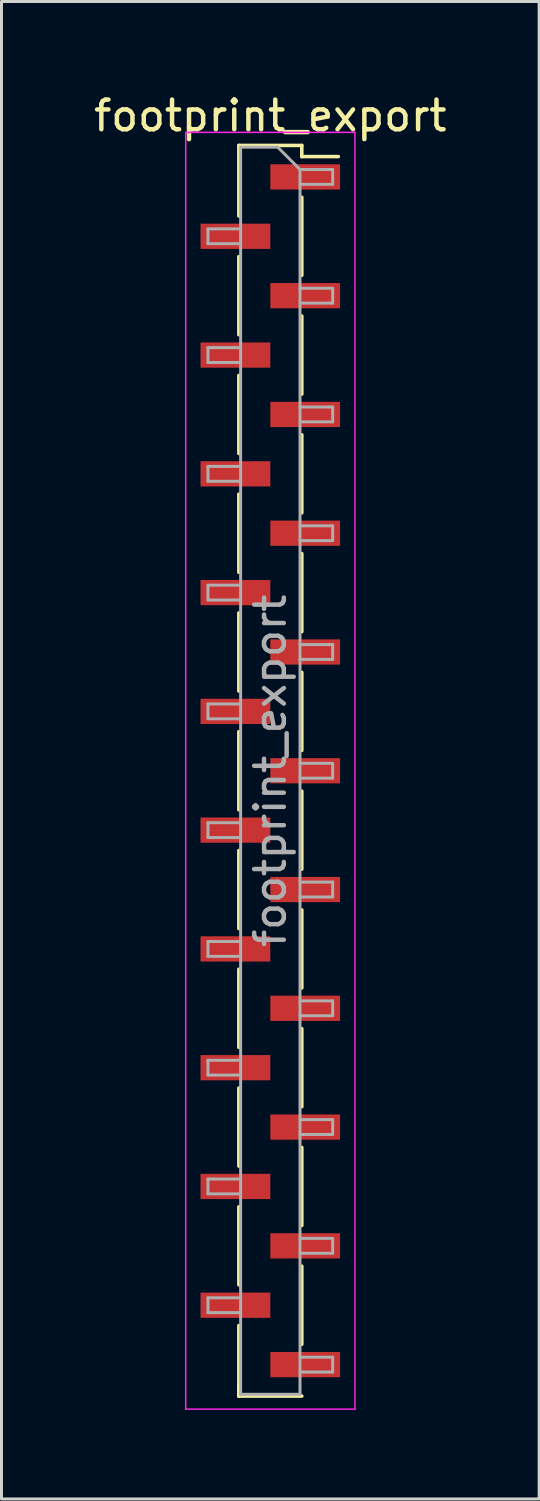
<source format=kicad_pcb>
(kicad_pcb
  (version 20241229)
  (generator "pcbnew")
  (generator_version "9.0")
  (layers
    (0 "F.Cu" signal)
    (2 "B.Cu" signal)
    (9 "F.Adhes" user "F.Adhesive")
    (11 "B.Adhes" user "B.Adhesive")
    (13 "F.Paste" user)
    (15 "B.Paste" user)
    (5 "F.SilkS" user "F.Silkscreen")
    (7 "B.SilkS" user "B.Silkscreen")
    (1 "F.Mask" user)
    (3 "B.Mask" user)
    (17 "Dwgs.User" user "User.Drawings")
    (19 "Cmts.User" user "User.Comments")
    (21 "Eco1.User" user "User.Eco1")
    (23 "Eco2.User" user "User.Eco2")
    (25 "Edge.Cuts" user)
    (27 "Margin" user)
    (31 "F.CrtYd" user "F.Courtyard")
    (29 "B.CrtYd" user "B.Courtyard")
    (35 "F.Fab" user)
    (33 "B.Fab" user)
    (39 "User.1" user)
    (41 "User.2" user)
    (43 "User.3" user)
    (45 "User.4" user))
  (footprint "footprint_export"
    (layer "F.Cu")
    (at 6.054 22.908)
    (property "Reference" "footprint_export" (at 0 -22.06 0) (layer "F.SilkS") (effects (font (size 1 1) (thickness 0.15))))
    (attr smd)
    (fp_line (start -1.06 -21.06) (end -1.06 -18.685) (stroke (width 0.12) (type solid)) (layer "F.SilkS"))
    (fp_line (start -1.06 -21.06) (end 1.06 -21.06) (stroke (width 0.12) (type solid)) (layer "F.SilkS"))
    (fp_line (start -1.06 -17.315) (end -1.06 -14.685) (stroke (width 0.12) (type solid)) (layer "F.SilkS"))
    (fp_line (start -1.06 -13.315) (end -1.06 -10.685) (stroke (width 0.12) (type solid)) (layer "F.SilkS"))
    (fp_line (start -1.06 -9.315) (end -1.06 -6.685) (stroke (width 0.12) (type solid)) (layer "F.SilkS"))
    (fp_line (start -1.06 -5.315) (end -1.06 -2.685) (stroke (width 0.12) (type solid)) (layer "F.SilkS"))
    (fp_line (start -1.06 -1.315) (end -1.06 1.315) (stroke (width 0.12) (type solid)) (layer "F.SilkS"))
    (fp_line (start -1.06 2.685) (end -1.06 5.315) (stroke (width 0.12) (type solid)) (layer "F.SilkS"))
    (fp_line (start -1.06 6.685) (end -1.06 9.315) (stroke (width 0.12) (type solid)) (layer "F.SilkS"))
    (fp_line (start -1.06 10.685) (end -1.06 13.315) (stroke (width 0.12) (type solid)) (layer "F.SilkS"))
    (fp_line (start -1.06 14.685) (end -1.06 17.315) (stroke (width 0.12) (type solid)) (layer "F.SilkS"))
    (fp_line (start -1.06 18.685) (end -1.06 21.06) (stroke (width 0.12) (type solid)) (layer "F.SilkS"))
    (fp_line (start -1.06 20.685) (end -1.06 21.06) (stroke (width 0.12) (type solid)) (layer "F.SilkS"))
    (fp_line (start -1.06 21.06) (end 1.06 21.06) (stroke (width 0.12) (type solid)) (layer "F.SilkS"))
    (fp_line (start 1.06 -21.06) (end 1.06 -20.685) (stroke (width 0.12) (type solid)) (layer "F.SilkS"))
    (fp_line (start 1.06 -20.685) (end 2.29 -20.685) (stroke (width 0.12) (type solid)) (layer "F.SilkS"))
    (fp_line (start 1.06 -19.315) (end 1.06 -16.685) (stroke (width 0.12) (type solid)) (layer "F.SilkS"))
    (fp_line (start 1.06 -15.315) (end 1.06 -12.685) (stroke (width 0.12) (type solid)) (layer "F.SilkS"))
    (fp_line (start 1.06 -11.315) (end 1.06 -8.685) (stroke (width 0.12) (type solid)) (layer "F.SilkS"))
    (fp_line (start 1.06 -7.315) (end 1.06 -4.685) (stroke (width 0.12) (type solid)) (layer "F.SilkS"))
    (fp_line (start 1.06 -3.315) (end 1.06 -0.685) (stroke (width 0.12) (type solid)) (layer "F.SilkS"))
    (fp_line (start 1.06 0.685) (end 1.06 3.315) (stroke (width 0.12) (type solid)) (layer "F.SilkS"))
    (fp_line (start 1.06 4.685) (end 1.06 7.315) (stroke (width 0.12) (type solid)) (layer "F.SilkS"))
    (fp_line (start 1.06 8.685) (end 1.06 11.315) (stroke (width 0.12) (type solid)) (layer "F.SilkS"))
    (fp_line (start 1.06 12.685) (end 1.06 15.315) (stroke (width 0.12) (type solid)) (layer "F.SilkS"))
    (fp_line (start 1.06 16.685) (end 1.06 19.315) (stroke (width 0.12) (type solid)) (layer "F.SilkS"))
    (fp_line (start -2.85 -21.5) (end -2.85 21.5) (stroke (width 0.05) (type solid)) (layer "F.CrtYd"))
    (fp_line (start -2.85 21.5) (end 2.85 21.5) (stroke (width 0.05) (type solid)) (layer "F.CrtYd"))
    (fp_line (start 2.85 -21.5) (end -2.85 -21.5) (stroke (width 0.05) (type solid)) (layer "F.CrtYd"))
    (fp_line (start 2.85 21.5) (end 2.85 -21.5) (stroke (width 0.05) (type solid)) (layer "F.CrtYd"))
    (fp_line (start -2.1 -18.25) (end -2.1 -17.75) (stroke (width 0.1) (type solid)) (layer "F.Fab"))
    (fp_line (start -2.1 -17.75) (end -1 -17.75) (stroke (width 0.1) (type solid)) (layer "F.Fab"))
    (fp_line (start -2.1 -14.25) (end -2.1 -13.75) (stroke (width 0.1) (type solid)) (layer "F.Fab"))
    (fp_line (start -2.1 -13.75) (end -1 -13.75) (stroke (width 0.1) (type solid)) (layer "F.Fab"))
    (fp_line (start -2.1 -10.25) (end -2.1 -9.75) (stroke (width 0.1) (type solid)) (layer "F.Fab"))
    (fp_line (start -2.1 -9.75) (end -1 -9.75) (stroke (width 0.1) (type solid)) (layer "F.Fab"))
    (fp_line (start -2.1 -6.25) (end -2.1 -5.75) (stroke (width 0.1) (type solid)) (layer "F.Fab"))
    (fp_line (start -2.1 -5.75) (end -1 -5.75) (stroke (width 0.1) (type solid)) (layer "F.Fab"))
    (fp_line (start -2.1 -2.25) (end -2.1 -1.75) (stroke (width 0.1) (type solid)) (layer "F.Fab"))
    (fp_line (start -2.1 -1.75) (end -1 -1.75) (stroke (width 0.1) (type solid)) (layer "F.Fab"))
    (fp_line (start -2.1 1.75) (end -2.1 2.25) (stroke (width 0.1) (type solid)) (layer "F.Fab"))
    (fp_line (start -2.1 2.25) (end -1 2.25) (stroke (width 0.1) (type solid)) (layer "F.Fab"))
    (fp_line (start -2.1 5.75) (end -2.1 6.25) (stroke (width 0.1) (type solid)) (layer "F.Fab"))
    (fp_line (start -2.1 6.25) (end -1 6.25) (stroke (width 0.1) (type solid)) (layer "F.Fab"))
    (fp_line (start -2.1 9.75) (end -2.1 10.25) (stroke (width 0.1) (type solid)) (layer "F.Fab"))
    (fp_line (start -2.1 10.25) (end -1 10.25) (stroke (width 0.1) (type solid)) (layer "F.Fab"))
    (fp_line (start -2.1 13.75) (end -2.1 14.25) (stroke (width 0.1) (type solid)) (layer "F.Fab"))
    (fp_line (start -2.1 14.25) (end -1 14.25) (stroke (width 0.1) (type solid)) (layer "F.Fab"))
    (fp_line (start -2.1 17.75) (end -2.1 18.25) (stroke (width 0.1) (type solid)) (layer "F.Fab"))
    (fp_line (start -2.1 18.25) (end -1 18.25) (stroke (width 0.1) (type solid)) (layer "F.Fab"))
    (fp_line (start -1 -21) (end -1 21) (stroke (width 0.1) (type solid)) (layer "F.Fab"))
    (fp_line (start -1 -21) (end 0.25 -21) (stroke (width 0.1) (type solid)) (layer "F.Fab"))
    (fp_line (start -1 -18.25) (end -2.1 -18.25) (stroke (width 0.1) (type solid)) (layer "F.Fab"))
    (fp_line (start -1 -14.25) (end -2.1 -14.25) (stroke (width 0.1) (type solid)) (layer "F.Fab"))
    (fp_line (start -1 -10.25) (end -2.1 -10.25) (stroke (width 0.1) (type solid)) (layer "F.Fab"))
    (fp_line (start -1 -6.25) (end -2.1 -6.25) (stroke (width 0.1) (type solid)) (layer "F.Fab"))
    (fp_line (start -1 -2.25) (end -2.1 -2.25) (stroke (width 0.1) (type solid)) (layer "F.Fab"))
    (fp_line (start -1 1.75) (end -2.1 1.75) (stroke (width 0.1) (type solid)) (layer "F.Fab"))
    (fp_line (start -1 5.75) (end -2.1 5.75) (stroke (width 0.1) (type solid)) (layer "F.Fab"))
    (fp_line (start -1 9.75) (end -2.1 9.75) (stroke (width 0.1) (type solid)) (layer "F.Fab"))
    (fp_line (start -1 13.75) (end -2.1 13.75) (stroke (width 0.1) (type solid)) (layer "F.Fab"))
    (fp_line (start -1 17.75) (end -2.1 17.75) (stroke (width 0.1) (type solid)) (layer "F.Fab"))
    (fp_line (start 1 -20.25) (end 0.25 -21) (stroke (width 0.1) (type solid)) (layer "F.Fab"))
    (fp_line (start 1 -20.25) (end 2.1 -20.25) (stroke (width 0.1) (type solid)) (layer "F.Fab"))
    (fp_line (start 1 -16.25) (end 2.1 -16.25) (stroke (width 0.1) (type solid)) (layer "F.Fab"))
    (fp_line (start 1 -12.25) (end 2.1 -12.25) (stroke (width 0.1) (type solid)) (layer "F.Fab"))
    (fp_line (start 1 -8.25) (end 2.1 -8.25) (stroke (width 0.1) (type solid)) (layer "F.Fab"))
    (fp_line (start 1 -4.25) (end 2.1 -4.25) (stroke (width 0.1) (type solid)) (layer "F.Fab"))
    (fp_line (start 1 -0.25) (end 2.1 -0.25) (stroke (width 0.1) (type solid)) (layer "F.Fab"))
    (fp_line (start 1 3.75) (end 2.1 3.75) (stroke (width 0.1) (type solid)) (layer "F.Fab"))
    (fp_line (start 1 7.75) (end 2.1 7.75) (stroke (width 0.1) (type solid)) (layer "F.Fab"))
    (fp_line (start 1 11.75) (end 2.1 11.75) (stroke (width 0.1) (type solid)) (layer "F.Fab"))
    (fp_line (start 1 15.75) (end 2.1 15.75) (stroke (width 0.1) (type solid)) (layer "F.Fab"))
    (fp_line (start 1 19.75) (end 2.1 19.75) (stroke (width 0.1) (type solid)) (layer "F.Fab"))
    (fp_line (start 1 21) (end -1 21) (stroke (width 0.1) (type solid)) (layer "F.Fab"))
    (fp_line (start 1 21) (end 1 -20.25) (stroke (width 0.1) (type solid)) (layer "F.Fab"))
    (fp_line (start 2.1 -20.25) (end 2.1 -19.75) (stroke (width 0.1) (type solid)) (layer "F.Fab"))
    (fp_line (start 2.1 -19.75) (end 1 -19.75) (stroke (width 0.1) (type solid)) (layer "F.Fab"))
    (fp_line (start 2.1 -16.25) (end 2.1 -15.75) (stroke (width 0.1) (type solid)) (layer "F.Fab"))
    (fp_line (start 2.1 -15.75) (end 1 -15.75) (stroke (width 0.1) (type solid)) (layer "F.Fab"))
    (fp_line (start 2.1 -12.25) (end 2.1 -11.75) (stroke (width 0.1) (type solid)) (layer "F.Fab"))
    (fp_line (start 2.1 -11.75) (end 1 -11.75) (stroke (width 0.1) (type solid)) (layer "F.Fab"))
    (fp_line (start 2.1 -8.25) (end 2.1 -7.75) (stroke (width 0.1) (type solid)) (layer "F.Fab"))
    (fp_line (start 2.1 -7.75) (end 1 -7.75) (stroke (width 0.1) (type solid)) (layer "F.Fab"))
    (fp_line (start 2.1 -4.25) (end 2.1 -3.75) (stroke (width 0.1) (type solid)) (layer "F.Fab"))
    (fp_line (start 2.1 -3.75) (end 1 -3.75) (stroke (width 0.1) (type solid)) (layer "F.Fab"))
    (fp_line (start 2.1 -0.25) (end 2.1 0.25) (stroke (width 0.1) (type solid)) (layer "F.Fab"))
    (fp_line (start 2.1 0.25) (end 1 0.25) (stroke (width 0.1) (type solid)) (layer "F.Fab"))
    (fp_line (start 2.1 3.75) (end 2.1 4.25) (stroke (width 0.1) (type solid)) (layer "F.Fab"))
    (fp_line (start 2.1 4.25) (end 1 4.25) (stroke (width 0.1) (type solid)) (layer "F.Fab"))
    (fp_line (start 2.1 7.75) (end 2.1 8.25) (stroke (width 0.1) (type solid)) (layer "F.Fab"))
    (fp_line (start 2.1 8.25) (end 1 8.25) (stroke (width 0.1) (type solid)) (layer "F.Fab"))
    (fp_line (start 2.1 11.75) (end 2.1 12.25) (stroke (width 0.1) (type solid)) (layer "F.Fab"))
    (fp_line (start 2.1 12.25) (end 1 12.25) (stroke (width 0.1) (type solid)) (layer "F.Fab"))
    (fp_line (start 2.1 15.75) (end 2.1 16.25) (stroke (width 0.1) (type solid)) (layer "F.Fab"))
    (fp_line (start 2.1 16.25) (end 1 16.25) (stroke (width 0.1) (type solid)) (layer "F.Fab"))
    (fp_line (start 2.1 19.75) (end 2.1 20.25) (stroke (width 0.1) (type solid)) (layer "F.Fab"))
    (fp_line (start 2.1 20.25) (end 1 20.25) (stroke (width 0.1) (type solid)) (layer "F.Fab"))
    (fp_text user "${REFERENCE}" (at 0 0 90) (layer "F.Fab") (effects (font (size 1 1) (thickness 0.15))))
    (pad "1" smd rect (at 1.175 -20) (size 2.35 0.85) (layers "F.Cu" "F.Mask" "F.Paste"))
    (pad "2" smd rect (at -1.175 -18) (size 2.35 0.85) (layers "F.Cu" "F.Mask" "F.Paste"))
    (pad "3" smd rect (at 1.175 -16) (size 2.35 0.85) (layers "F.Cu" "F.Mask" "F.Paste"))
    (pad "4" smd rect (at -1.175 -14) (size 2.35 0.85) (layers "F.Cu" "F.Mask" "F.Paste"))
    (pad "5" smd rect (at 1.175 -12) (size 2.35 0.85) (layers "F.Cu" "F.Mask" "F.Paste"))
    (pad "6" smd rect (at -1.175 -10) (size 2.35 0.85) (layers "F.Cu" "F.Mask" "F.Paste"))
    (pad "7" smd rect (at 1.175 -8) (size 2.35 0.85) (layers "F.Cu" "F.Mask" "F.Paste"))
    (pad "8" smd rect (at -1.175 -6) (size 2.35 0.85) (layers "F.Cu" "F.Mask" "F.Paste"))
    (pad "9" smd rect (at 1.175 -4) (size 2.35 0.85) (layers "F.Cu" "F.Mask" "F.Paste"))
    (pad "10" smd rect (at -1.175 -2) (size 2.35 0.85) (layers "F.Cu" "F.Mask" "F.Paste"))
    (pad "11" smd rect (at 1.175 0) (size 2.35 0.85) (layers "F.Cu" "F.Mask" "F.Paste"))
    (pad "12" smd rect (at -1.175 2) (size 2.35 0.85) (layers "F.Cu" "F.Mask" "F.Paste"))
    (pad "13" smd rect (at 1.175 4) (size 2.35 0.85) (layers "F.Cu" "F.Mask" "F.Paste"))
    (pad "14" smd rect (at -1.175 6) (size 2.35 0.85) (layers "F.Cu" "F.Mask" "F.Paste"))
    (pad "15" smd rect (at 1.175 8) (size 2.35 0.85) (layers "F.Cu" "F.Mask" "F.Paste"))
    (pad "16" smd rect (at -1.175 10) (size 2.35 0.85) (layers "F.Cu" "F.Mask" "F.Paste"))
    (pad "17" smd rect (at 1.175 12) (size 2.35 0.85) (layers "F.Cu" "F.Mask" "F.Paste"))
    (pad "18" smd rect (at -1.175 14) (size 2.35 0.85) (layers "F.Cu" "F.Mask" "F.Paste"))
    (pad "19" smd rect (at 1.175 16) (size 2.35 0.85) (layers "F.Cu" "F.Mask" "F.Paste"))
    (pad "20" smd rect (at -1.175 18) (size 2.35 0.85) (layers "F.Cu" "F.Mask" "F.Paste"))
    (pad "21" smd rect (at 1.175 20) (size 2.35 0.85) (layers "F.Cu" "F.Mask" "F.Paste")))
  (gr_rect
    (start -3 -3)
    (end 15.107 47.433)
    (stroke (width 0.1) (type default))
    (fill no)
    (layer "Edge.Cuts")))
</source>
